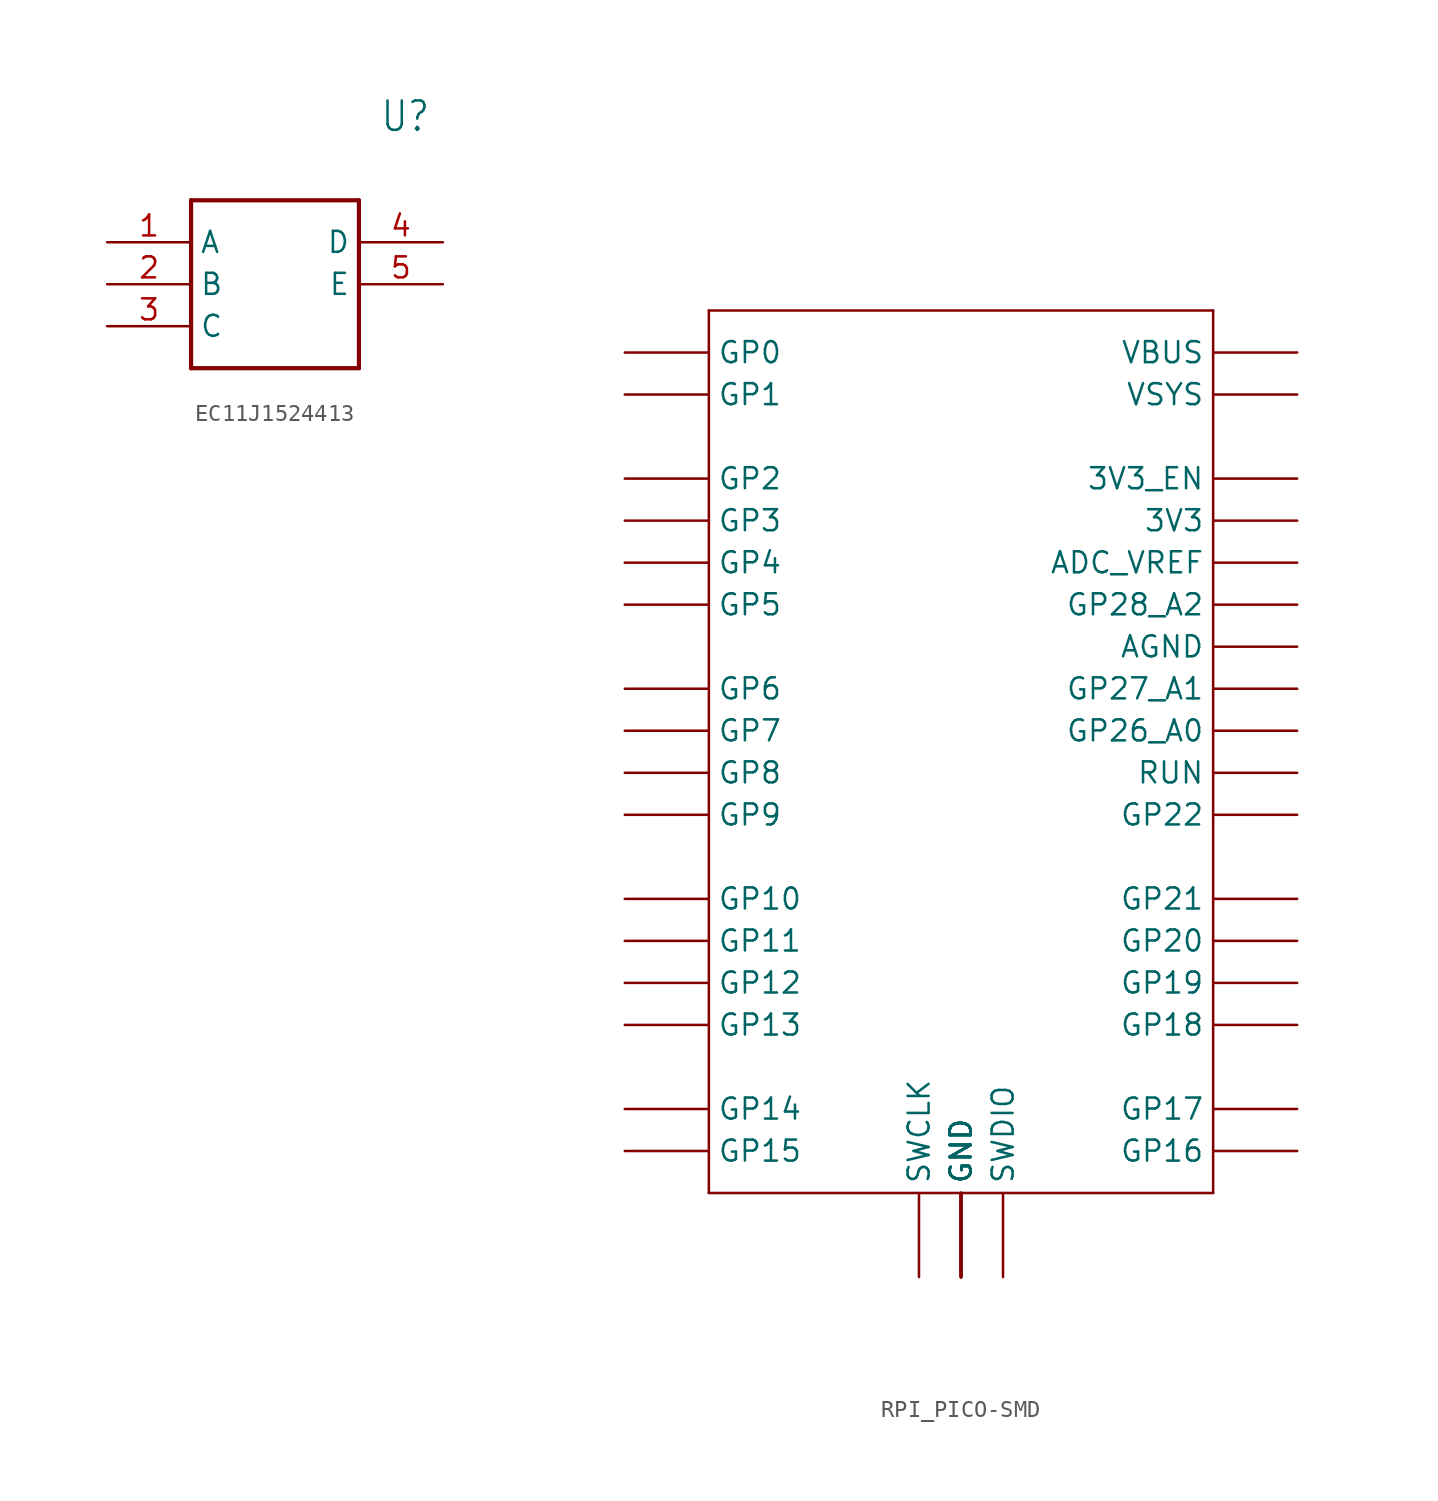
<source format=kicad_sym>
(kicad_symbol_lib
  (version 20220914)
  (generator kicad_symbol_editor)
  (symbol "EC11J1524413"
    (property "Reference" "U"
      (at 16.51 7.62 0)
      (effects (font (size 1.778 1.511)) (justify left)))
    (property "Value" ""
      (at 16.51 5.08 0)
      (effects (font (size 1.778 1.511)) (justify left)))
    (property "ki_locked" ""
      (at 0 0 0)
      (effects (font (size 1.27 1.27))))
    (symbol "EC11J1524413_1_0"
      (polyline (pts (xy 5.08 2.54) (xy 5.08 -7.62)) (stroke (width 0.254) (type solid)) (fill (type none)))
      (polyline (pts (xy 5.08 2.54) (xy 15.24 2.54)) (stroke (width 0.254) (type solid)) (fill (type none)))
      (polyline (pts (xy 15.24 -7.62) (xy 5.08 -7.62)) (stroke (width 0.254) (type solid)) (fill (type none)))
      (polyline (pts (xy 15.24 -7.62) (xy 15.24 2.54)) (stroke (width 0.254) (type solid)) (fill (type none)))
      (pin bidirectional line (at 0 0 0) (length 5.08) (name "A" (effects (font (size 1.27 1.27)))) (number "1" (effects (font (size 1.27 1.27)))))
      (pin bidirectional line (at 0 -2.54 0) (length 5.08) (name "B" (effects (font (size 1.27 1.27)))) (number "2" (effects (font (size 1.27 1.27)))))
      (pin bidirectional line (at 0 -5.08 0) (length 5.08) (name "C" (effects (font (size 1.27 1.27)))) (number "3" (effects (font (size 1.27 1.27)))))
      (pin bidirectional line (at 20.32 0 180) (length 5.08) (name "D" (effects (font (size 1.27 1.27)))) (number "4" (effects (font (size 1.27 1.27)))))
      (pin bidirectional line (at 20.32 -2.54 180) (length 5.08) (name "E" (effects (font (size 1.27 1.27)))) (number "5" (effects (font (size 1.27 1.27)))))))
  (symbol "RPI_PICO-SMD"
    (property "Reference" ""
      (at 0 30.48 0)
      (effects (font (size 2.54 2.159)) hide))
    (property "Value" ""
      (at 0 35.56 0)
      (effects (font (size 2.54 2.159))))
    (property "ki_locked" ""
      (at 0 0 0)
      (effects (font (size 1.27 1.27))))
    (symbol "RPI_PICO-SMD_1_0"
      (polyline (pts (xy -15.24 -25.4) (xy 15.24 -25.4)) (stroke (width 0.152) (type solid)) (fill (type none)))
      (polyline (pts (xy -15.24 27.94) (xy -15.24 -25.4)) (stroke (width 0.152) (type solid)) (fill (type none)))
      (polyline (pts (xy 15.24 -25.4) (xy 15.24 27.94)) (stroke (width 0.152) (type solid)) (fill (type none)))
      (polyline (pts (xy 15.24 27.94) (xy -15.24 27.94)) (stroke (width 0.152) (type solid)) (fill (type none)))
      (pin bidirectional line (at 20.32 15.24 180) (length 5.08) (name "3V3" (effects (font (size 1.27 1.27)))) (number "3V3" (effects (font (size 0 0)))))
      (pin bidirectional line (at 20.32 17.78 180) (length 5.08) (name "3V3_EN" (effects (font (size 1.27 1.27)))) (number "3V3_EN" (effects (font (size 0 0)))))
      (pin bidirectional line (at 20.32 12.7 180) (length 5.08) (name "ADC_VREF" (effects (font (size 1.27 1.27)))) (number "ADC_VREF" (effects (font (size 0 0)))))
      (pin bidirectional line (at 20.32 7.62 180) (length 5.08) (name "AGND" (effects (font (size 1.27 1.27)))) (number "AGND" (effects (font (size 0 0)))))
      (pin bidirectional line (at 0 -30.48 90) (length 5.08) (name "GND" (effects (font (size 1.27 1.27)))) (number "GND@1" (effects (font (size 0 0)))))
      (pin bidirectional line (at 0 -30.48 90) (length 5.08) (name "GND" (effects (font (size 1.27 1.27)))) (number "GND@2" (effects (font (size 0 0)))))
      (pin bidirectional line (at 0 -30.48 90) (length 5.08) (name "GND" (effects (font (size 1.27 1.27)))) (number "GND@3" (effects (font (size 0 0)))))
      (pin bidirectional line (at 0 -30.48 90) (length 5.08) (name "GND" (effects (font (size 1.27 1.27)))) (number "GND@4" (effects (font (size 0 0)))))
      (pin bidirectional line (at 0 -30.48 90) (length 5.08) (name "GND" (effects (font (size 1.27 1.27)))) (number "GND@5" (effects (font (size 0 0)))))
      (pin bidirectional line (at 0 -30.48 90) (length 5.08) (name "GND" (effects (font (size 1.27 1.27)))) (number "GND@6" (effects (font (size 0 0)))))
      (pin bidirectional line (at 0 -30.48 90) (length 5.08) (name "GND" (effects (font (size 1.27 1.27)))) (number "GND@7" (effects (font (size 0 0)))))
      (pin bidirectional line (at 0 -30.48 90) (length 5.08) (name "GND" (effects (font (size 1.27 1.27)))) (number "GND@8" (effects (font (size 0 0)))))
      (pin bidirectional line (at -20.32 25.4 0) (length 5.08) (name "GP0" (effects (font (size 1.27 1.27)))) (number "GP0" (effects (font (size 0 0)))))
      (pin bidirectional line (at -20.32 22.86 0) (length 5.08) (name "GP1" (effects (font (size 1.27 1.27)))) (number "GP1" (effects (font (size 0 0)))))
      (pin bidirectional line (at -20.32 -7.62 0) (length 5.08) (name "GP10" (effects (font (size 1.27 1.27)))) (number "GP10" (effects (font (size 0 0)))))
      (pin bidirectional line (at -20.32 -10.16 0) (length 5.08) (name "GP11" (effects (font (size 1.27 1.27)))) (number "GP11" (effects (font (size 0 0)))))
      (pin bidirectional line (at -20.32 -12.7 0) (length 5.08) (name "GP12" (effects (font (size 1.27 1.27)))) (number "GP12" (effects (font (size 0 0)))))
      (pin bidirectional line (at -20.32 -15.24 0) (length 5.08) (name "GP13" (effects (font (size 1.27 1.27)))) (number "GP13" (effects (font (size 0 0)))))
      (pin bidirectional line (at -20.32 -20.32 0) (length 5.08) (name "GP14" (effects (font (size 1.27 1.27)))) (number "GP14" (effects (font (size 0 0)))))
      (pin bidirectional line (at -20.32 -22.86 0) (length 5.08) (name "GP15" (effects (font (size 1.27 1.27)))) (number "GP15" (effects (font (size 0 0)))))
      (pin bidirectional line (at 20.32 -22.86 180) (length 5.08) (name "GP16" (effects (font (size 1.27 1.27)))) (number "GP16" (effects (font (size 0 0)))))
      (pin bidirectional line (at 20.32 -20.32 180) (length 5.08) (name "GP17" (effects (font (size 1.27 1.27)))) (number "GP17" (effects (font (size 0 0)))))
      (pin bidirectional line (at 20.32 -15.24 180) (length 5.08) (name "GP18" (effects (font (size 1.27 1.27)))) (number "GP18" (effects (font (size 0 0)))))
      (pin bidirectional line (at 20.32 -12.7 180) (length 5.08) (name "GP19" (effects (font (size 1.27 1.27)))) (number "GP19" (effects (font (size 0 0)))))
      (pin bidirectional line (at -20.32 17.78 0) (length 5.08) (name "GP2" (effects (font (size 1.27 1.27)))) (number "GP2" (effects (font (size 0 0)))))
      (pin bidirectional line (at 20.32 -10.16 180) (length 5.08) (name "GP20" (effects (font (size 1.27 1.27)))) (number "GP20" (effects (font (size 0 0)))))
      (pin bidirectional line (at 20.32 -7.62 180) (length 5.08) (name "GP21" (effects (font (size 1.27 1.27)))) (number "GP21" (effects (font (size 0 0)))))
      (pin bidirectional line (at 20.32 -2.54 180) (length 5.08) (name "GP22" (effects (font (size 1.27 1.27)))) (number "GP22" (effects (font (size 0 0)))))
      (pin bidirectional line (at 20.32 2.54 180) (length 5.08) (name "GP26_A0" (effects (font (size 1.27 1.27)))) (number "GP26_A0" (effects (font (size 0 0)))))
      (pin bidirectional line (at 20.32 5.08 180) (length 5.08) (name "GP27_A1" (effects (font (size 1.27 1.27)))) (number "GP27_A1" (effects (font (size 0 0)))))
      (pin bidirectional line (at 20.32 10.16 180) (length 5.08) (name "GP28_A2" (effects (font (size 1.27 1.27)))) (number "GP28_A2" (effects (font (size 0 0)))))
      (pin bidirectional line (at -20.32 15.24 0) (length 5.08) (name "GP3" (effects (font (size 1.27 1.27)))) (number "GP3" (effects (font (size 0 0)))))
      (pin bidirectional line (at -20.32 12.7 0) (length 5.08) (name "GP4" (effects (font (size 1.27 1.27)))) (number "GP4" (effects (font (size 0 0)))))
      (pin bidirectional line (at -20.32 10.16 0) (length 5.08) (name "GP5" (effects (font (size 1.27 1.27)))) (number "GP5" (effects (font (size 0 0)))))
      (pin bidirectional line (at -20.32 5.08 0) (length 5.08) (name "GP6" (effects (font (size 1.27 1.27)))) (number "GP6" (effects (font (size 0 0)))))
      (pin bidirectional line (at -20.32 2.54 0) (length 5.08) (name "GP7" (effects (font (size 1.27 1.27)))) (number "GP7" (effects (font (size 0 0)))))
      (pin bidirectional line (at -20.32 0 0) (length 5.08) (name "GP8" (effects (font (size 1.27 1.27)))) (number "GP8" (effects (font (size 0 0)))))
      (pin bidirectional line (at -20.32 -2.54 0) (length 5.08) (name "GP9" (effects (font (size 1.27 1.27)))) (number "GP9" (effects (font (size 0 0)))))
      (pin bidirectional line (at 20.32 0 180) (length 5.08) (name "RUN" (effects (font (size 1.27 1.27)))) (number "RUN" (effects (font (size 0 0)))))
      (pin bidirectional line (at -2.54 -30.48 90) (length 5.08) (name "SWCLK" (effects (font (size 1.27 1.27)))) (number "SWCLK" (effects (font (size 0 0)))))
      (pin bidirectional line (at 2.54 -30.48 90) (length 5.08) (name "SWDIO" (effects (font (size 1.27 1.27)))) (number "SWDIO" (effects (font (size 0 0)))))
      (pin bidirectional line (at 20.32 25.4 180) (length 5.08) (name "VBUS" (effects (font (size 1.27 1.27)))) (number "VBUS" (effects (font (size 0 0)))))
      (pin bidirectional line (at 20.32 22.86 180) (length 5.08) (name "VSYS" (effects (font (size 1.27 1.27)))) (number "VSYS" (effects (font (size 0 0))))))))
</source>
